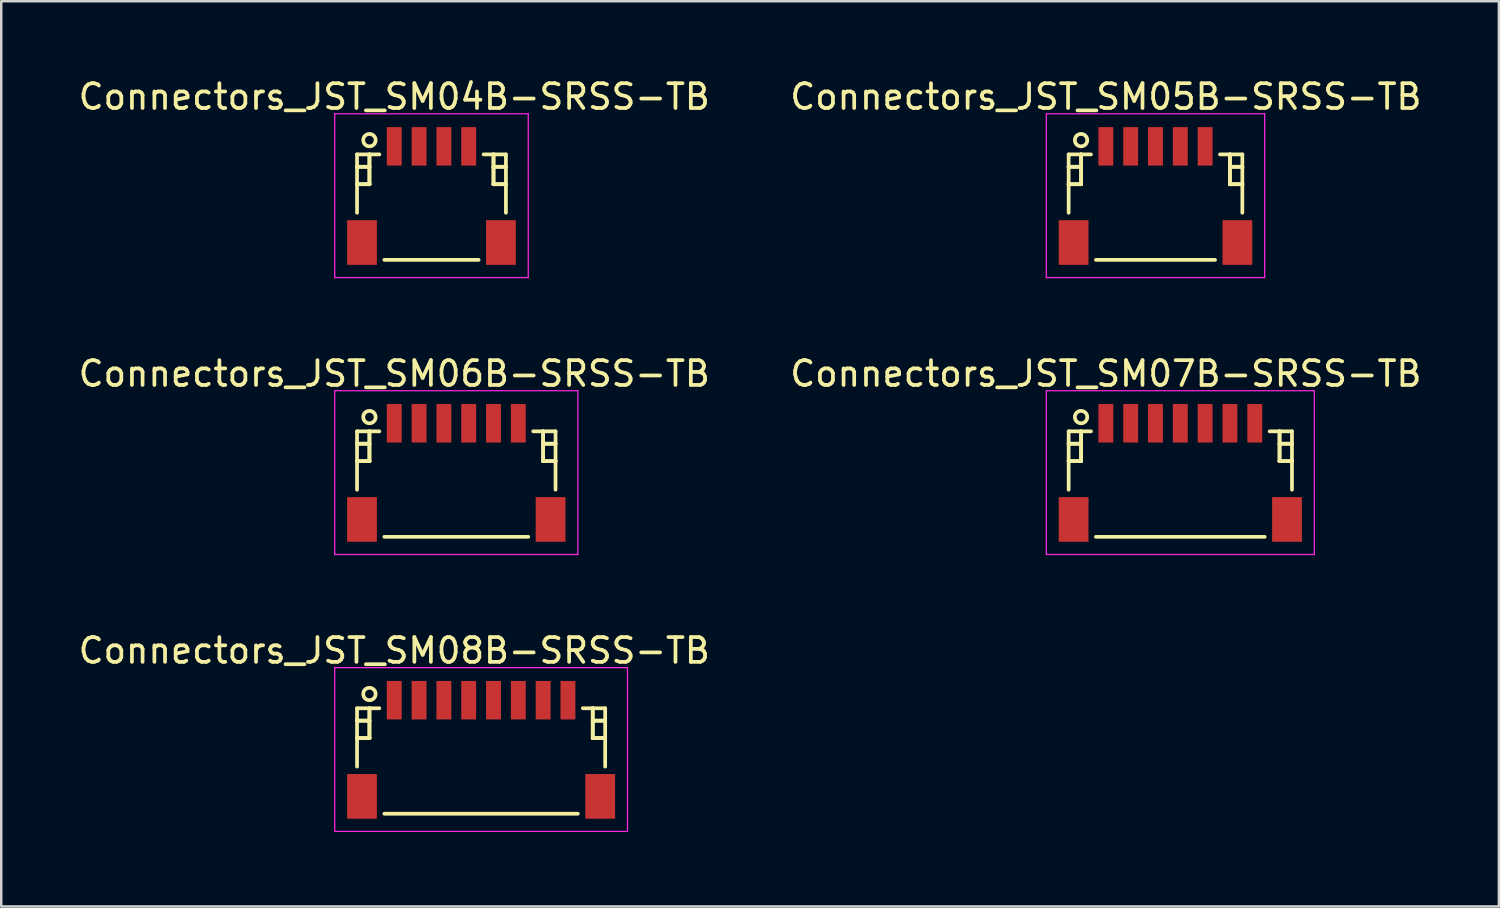
<source format=kicad_pcb>
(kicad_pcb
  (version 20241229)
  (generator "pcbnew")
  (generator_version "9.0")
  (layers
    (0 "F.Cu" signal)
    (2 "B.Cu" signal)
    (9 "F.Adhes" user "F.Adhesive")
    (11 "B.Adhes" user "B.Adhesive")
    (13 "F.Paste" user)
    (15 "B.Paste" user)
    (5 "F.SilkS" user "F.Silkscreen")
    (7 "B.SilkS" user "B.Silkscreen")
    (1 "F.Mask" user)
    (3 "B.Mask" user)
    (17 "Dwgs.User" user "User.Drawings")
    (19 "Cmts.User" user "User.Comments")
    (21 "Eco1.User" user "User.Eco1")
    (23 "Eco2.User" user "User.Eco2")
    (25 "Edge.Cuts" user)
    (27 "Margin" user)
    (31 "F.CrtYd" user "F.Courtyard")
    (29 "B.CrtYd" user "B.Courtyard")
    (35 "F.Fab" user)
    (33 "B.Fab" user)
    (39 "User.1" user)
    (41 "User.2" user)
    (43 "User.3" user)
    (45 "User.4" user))
  (footprint "Connectors_JST_SM08B-SRSS-TB"
    (layer "F.Cu")
    (at 16.339 27.107)
    (property "Reference" "Connectors_JST_SM08B-SRSS-TB" (at -3.5 -3.938 0) (layer "F.SilkS") (effects (font (size 1 1) (thickness 0.15))))
    (attr smd)
    (fp_line (start -5 -1.613) (end -4.1 -1.613) (stroke (width 0.15) (type solid)) (layer "F.SilkS"))
    (fp_line (start -5 -1.113) (end -5 -1.113) (stroke (width 0.15) (type solid)) (layer "F.SilkS"))
    (fp_line (start -5 -1.113) (end -4.5 -1.113) (stroke (width 0.15) (type solid)) (layer "F.SilkS"))
    (fp_line (start -5 -0.412) (end -5 -0.412) (stroke (width 0.15) (type solid)) (layer "F.SilkS"))
    (fp_line (start -5 -0.412) (end -4.5 -0.412) (stroke (width 0.15) (type solid)) (layer "F.SilkS"))
    (fp_line (start -5 0.738) (end -5 -1.613) (stroke (width 0.15) (type solid)) (layer "F.SilkS"))
    (fp_line (start -4.5 -1.613) (end -4.5 -1.613) (stroke (width 0.15) (type solid)) (layer "F.SilkS"))
    (fp_line (start -4.5 -1.613) (end -4.5 -0.412) (stroke (width 0.15) (type solid)) (layer "F.SilkS"))
    (fp_line (start -4.5 -1.113) (end -5 -1.113) (stroke (width 0.15) (type solid)) (layer "F.SilkS"))
    (fp_line (start -4.5 -1.113) (end -4.5 -1.113) (stroke (width 0.15) (type solid)) (layer "F.SilkS"))
    (fp_line (start -4.5 -0.412) (end -5 -0.412) (stroke (width 0.15) (type solid)) (layer "F.SilkS"))
    (fp_line (start -4.5 -0.412) (end -4.5 -1.613) (stroke (width 0.15) (type solid)) (layer "F.SilkS"))
    (fp_line (start -4.5 -0.412) (end -4.5 -0.412) (stroke (width 0.15) (type solid)) (layer "F.SilkS"))
    (fp_line (start -4.5 -0.412) (end -4.5 -0.412) (stroke (width 0.15) (type solid)) (layer "F.SilkS"))
    (fp_line (start -3.9 2.638) (end 3.9 2.638) (stroke (width 0.15) (type solid)) (layer "F.SilkS"))
    (fp_line (start 4.5 -1.613) (end 4.5 -1.613) (stroke (width 0.15) (type solid)) (layer "F.SilkS"))
    (fp_line (start 4.5 -1.613) (end 4.5 -0.412) (stroke (width 0.15) (type solid)) (layer "F.SilkS"))
    (fp_line (start 4.5 -1.113) (end 4.5 -1.113) (stroke (width 0.15) (type solid)) (layer "F.SilkS"))
    (fp_line (start 4.5 -1.113) (end 5 -1.113) (stroke (width 0.15) (type solid)) (layer "F.SilkS"))
    (fp_line (start 4.5 -0.412) (end 4.5 -1.613) (stroke (width 0.15) (type solid)) (layer "F.SilkS"))
    (fp_line (start 4.5 -0.412) (end 4.5 -0.412) (stroke (width 0.15) (type solid)) (layer "F.SilkS"))
    (fp_line (start 4.5 -0.412) (end 4.5 -0.412) (stroke (width 0.15) (type solid)) (layer "F.SilkS"))
    (fp_line (start 4.5 -0.412) (end 5 -0.412) (stroke (width 0.15) (type solid)) (layer "F.SilkS"))
    (fp_line (start 5 -1.613) (end 4.1 -1.613) (stroke (width 0.15) (type solid)) (layer "F.SilkS"))
    (fp_line (start 5 -1.113) (end 4.5 -1.113) (stroke (width 0.15) (type solid)) (layer "F.SilkS"))
    (fp_line (start 5 -1.113) (end 5 -1.113) (stroke (width 0.15) (type solid)) (layer "F.SilkS"))
    (fp_line (start 5 -0.412) (end 4.5 -0.412) (stroke (width 0.15) (type solid)) (layer "F.SilkS"))
    (fp_line (start 5 -0.412) (end 5 -0.412) (stroke (width 0.15) (type solid)) (layer "F.SilkS"))
    (fp_line (start 5 0.738) (end 5 -1.613) (stroke (width 0.15) (type solid)) (layer "F.SilkS"))
    (fp_circle (center -4.5 -2.188) (end -4.25 -2.188) (stroke (width 0.15) (type solid)) (fill no) (layer "F.SilkS"))
    (fp_line (start -5.9 -3.25) (end 5.9 -3.25) (stroke (width 0.05) (type solid)) (layer "F.CrtYd"))
    (fp_line (start -5.9 3.35) (end -5.9 -3.25) (stroke (width 0.05) (type solid)) (layer "F.CrtYd"))
    (fp_line (start 5.9 -3.25) (end 5.9 3.35) (stroke (width 0.05) (type solid)) (layer "F.CrtYd"))
    (fp_line (start 5.9 3.35) (end -5.9 3.35) (stroke (width 0.05) (type solid)) (layer "F.CrtYd"))
    (pad "" smd rect (at -4.8 1.938) (size 1.2 1.8) (layers "F.Cu" "F.Mask" "F.Paste"))
    (pad "" smd rect (at 4.8 1.938) (size 1.2 1.8) (layers "F.Cu" "F.Mask" "F.Paste"))
    (pad "1" smd rect (at -3.5 -1.938) (size 0.6 1.55) (layers "F.Cu" "F.Mask" "F.Paste"))
    (pad "2" smd rect (at -2.5 -1.938) (size 0.6 1.55) (layers "F.Cu" "F.Mask" "F.Paste"))
    (pad "3" smd rect (at -1.5 -1.938) (size 0.6 1.55) (layers "F.Cu" "F.Mask" "F.Paste"))
    (pad "4" smd rect (at -0.5 -1.938) (size 0.6 1.55) (layers "F.Cu" "F.Mask" "F.Paste"))
    (pad "5" smd rect (at 0.5 -1.938) (size 0.6 1.55) (layers "F.Cu" "F.Mask" "F.Paste"))
    (pad "6" smd rect (at 1.5 -1.938) (size 0.6 1.55) (layers "F.Cu" "F.Mask" "F.Paste"))
    (pad "7" smd rect (at 2.5 -1.938) (size 0.6 1.55) (layers "F.Cu" "F.Mask" "F.Paste"))
    (pad "8" smd rect (at 3.5 -1.938) (size 0.6 1.55) (layers "F.Cu" "F.Mask" "F.Paste")))
  (footprint "Connectors_JST_SM04B-SRSS-TB"
    (layer "F.Cu")
    (at 14.339 4.786)
    (property "Reference" "Connectors_JST_SM04B-SRSS-TB" (at -1.5 -3.938 0) (layer "F.SilkS") (effects (font (size 1 1) (thickness 0.15))))
    (attr smd)
    (fp_line (start -3 -1.613) (end -2.1 -1.613) (stroke (width 0.15) (type solid)) (layer "F.SilkS"))
    (fp_line (start -3 -1.113) (end -3 -1.113) (stroke (width 0.15) (type solid)) (layer "F.SilkS"))
    (fp_line (start -3 -1.113) (end -2.5 -1.113) (stroke (width 0.15) (type solid)) (layer "F.SilkS"))
    (fp_line (start -3 -0.412) (end -3 -0.412) (stroke (width 0.15) (type solid)) (layer "F.SilkS"))
    (fp_line (start -3 -0.412) (end -2.5 -0.412) (stroke (width 0.15) (type solid)) (layer "F.SilkS"))
    (fp_line (start -3 0.738) (end -3 -1.613) (stroke (width 0.15) (type solid)) (layer "F.SilkS"))
    (fp_line (start -2.5 -1.613) (end -2.5 -1.613) (stroke (width 0.15) (type solid)) (layer "F.SilkS"))
    (fp_line (start -2.5 -1.613) (end -2.5 -0.412) (stroke (width 0.15) (type solid)) (layer "F.SilkS"))
    (fp_line (start -2.5 -1.113) (end -3 -1.113) (stroke (width 0.15) (type solid)) (layer "F.SilkS"))
    (fp_line (start -2.5 -1.113) (end -2.5 -1.113) (stroke (width 0.15) (type solid)) (layer "F.SilkS"))
    (fp_line (start -2.5 -0.412) (end -3 -0.412) (stroke (width 0.15) (type solid)) (layer "F.SilkS"))
    (fp_line (start -2.5 -0.412) (end -2.5 -1.613) (stroke (width 0.15) (type solid)) (layer "F.SilkS"))
    (fp_line (start -2.5 -0.412) (end -2.5 -0.412) (stroke (width 0.15) (type solid)) (layer "F.SilkS"))
    (fp_line (start -2.5 -0.412) (end -2.5 -0.412) (stroke (width 0.15) (type solid)) (layer "F.SilkS"))
    (fp_line (start -1.9 2.638) (end 1.9 2.638) (stroke (width 0.15) (type solid)) (layer "F.SilkS"))
    (fp_line (start 2.5 -1.613) (end 2.5 -1.613) (stroke (width 0.15) (type solid)) (layer "F.SilkS"))
    (fp_line (start 2.5 -1.613) (end 2.5 -0.412) (stroke (width 0.15) (type solid)) (layer "F.SilkS"))
    (fp_line (start 2.5 -1.113) (end 2.5 -1.113) (stroke (width 0.15) (type solid)) (layer "F.SilkS"))
    (fp_line (start 2.5 -1.113) (end 3 -1.113) (stroke (width 0.15) (type solid)) (layer "F.SilkS"))
    (fp_line (start 2.5 -0.412) (end 2.5 -1.613) (stroke (width 0.15) (type solid)) (layer "F.SilkS"))
    (fp_line (start 2.5 -0.412) (end 2.5 -0.412) (stroke (width 0.15) (type solid)) (layer "F.SilkS"))
    (fp_line (start 2.5 -0.412) (end 2.5 -0.412) (stroke (width 0.15) (type solid)) (layer "F.SilkS"))
    (fp_line (start 2.5 -0.412) (end 3 -0.412) (stroke (width 0.15) (type solid)) (layer "F.SilkS"))
    (fp_line (start 3 -1.613) (end 2.1 -1.613) (stroke (width 0.15) (type solid)) (layer "F.SilkS"))
    (fp_line (start 3 -1.113) (end 2.5 -1.113) (stroke (width 0.15) (type solid)) (layer "F.SilkS"))
    (fp_line (start 3 -1.113) (end 3 -1.113) (stroke (width 0.15) (type solid)) (layer "F.SilkS"))
    (fp_line (start 3 -0.412) (end 2.5 -0.412) (stroke (width 0.15) (type solid)) (layer "F.SilkS"))
    (fp_line (start 3 -0.412) (end 3 -0.412) (stroke (width 0.15) (type solid)) (layer "F.SilkS"))
    (fp_line (start 3 0.738) (end 3 -1.613) (stroke (width 0.15) (type solid)) (layer "F.SilkS"))
    (fp_circle (center -2.5 -2.188) (end -2.25 -2.188) (stroke (width 0.15) (type solid)) (fill no) (layer "F.SilkS"))
    (fp_line (start -3.9 -3.25) (end 3.9 -3.25) (stroke (width 0.05) (type solid)) (layer "F.CrtYd"))
    (fp_line (start -3.9 3.35) (end -3.9 -3.25) (stroke (width 0.05) (type solid)) (layer "F.CrtYd"))
    (fp_line (start 3.9 -3.25) (end 3.9 3.35) (stroke (width 0.05) (type solid)) (layer "F.CrtYd"))
    (fp_line (start 3.9 3.35) (end -3.9 3.35) (stroke (width 0.05) (type solid)) (layer "F.CrtYd"))
    (pad "" smd rect (at -2.8 1.938) (size 1.2 1.8) (layers "F.Cu" "F.Mask" "F.Paste"))
    (pad "" smd rect (at 2.8 1.938) (size 1.2 1.8) (layers "F.Cu" "F.Mask" "F.Paste"))
    (pad "1" smd rect (at -1.5 -1.938) (size 0.6 1.55) (layers "F.Cu" "F.Mask" "F.Paste"))
    (pad "2" smd rect (at -0.5 -1.938) (size 0.6 1.55) (layers "F.Cu" "F.Mask" "F.Paste"))
    (pad "3" smd rect (at 0.5 -1.938) (size 0.6 1.55) (layers "F.Cu" "F.Mask" "F.Paste"))
    (pad "4" smd rect (at 1.5 -1.938) (size 0.6 1.55) (layers "F.Cu" "F.Mask" "F.Paste")))
  (footprint "Connectors_JST_SM07B-SRSS-TB"
    (layer "F.Cu")
    (at 44.518 15.947)
    (property "Reference" "Connectors_JST_SM07B-SRSS-TB" (at -3 -3.938 0) (layer "F.SilkS") (effects (font (size 1 1) (thickness 0.15))))
    (attr smd)
    (fp_line (start -4.5 -1.613) (end -3.6 -1.613) (stroke (width 0.15) (type solid)) (layer "F.SilkS"))
    (fp_line (start -4.5 -1.113) (end -4.5 -1.113) (stroke (width 0.15) (type solid)) (layer "F.SilkS"))
    (fp_line (start -4.5 -1.113) (end -4 -1.113) (stroke (width 0.15) (type solid)) (layer "F.SilkS"))
    (fp_line (start -4.5 -0.412) (end -4.5 -0.412) (stroke (width 0.15) (type solid)) (layer "F.SilkS"))
    (fp_line (start -4.5 -0.412) (end -4 -0.412) (stroke (width 0.15) (type solid)) (layer "F.SilkS"))
    (fp_line (start -4.5 0.738) (end -4.5 -1.613) (stroke (width 0.15) (type solid)) (layer "F.SilkS"))
    (fp_line (start -4 -1.613) (end -4 -1.613) (stroke (width 0.15) (type solid)) (layer "F.SilkS"))
    (fp_line (start -4 -1.613) (end -4 -0.412) (stroke (width 0.15) (type solid)) (layer "F.SilkS"))
    (fp_line (start -4 -1.113) (end -4.5 -1.113) (stroke (width 0.15) (type solid)) (layer "F.SilkS"))
    (fp_line (start -4 -1.113) (end -4 -1.113) (stroke (width 0.15) (type solid)) (layer "F.SilkS"))
    (fp_line (start -4 -0.412) (end -4.5 -0.412) (stroke (width 0.15) (type solid)) (layer "F.SilkS"))
    (fp_line (start -4 -0.412) (end -4 -1.613) (stroke (width 0.15) (type solid)) (layer "F.SilkS"))
    (fp_line (start -4 -0.412) (end -4 -0.412) (stroke (width 0.15) (type solid)) (layer "F.SilkS"))
    (fp_line (start -4 -0.412) (end -4 -0.412) (stroke (width 0.15) (type solid)) (layer "F.SilkS"))
    (fp_line (start -3.4 2.638) (end 3.4 2.638) (stroke (width 0.15) (type solid)) (layer "F.SilkS"))
    (fp_line (start 4 -1.613) (end 4 -1.613) (stroke (width 0.15) (type solid)) (layer "F.SilkS"))
    (fp_line (start 4 -1.613) (end 4 -0.412) (stroke (width 0.15) (type solid)) (layer "F.SilkS"))
    (fp_line (start 4 -1.113) (end 4 -1.113) (stroke (width 0.15) (type solid)) (layer "F.SilkS"))
    (fp_line (start 4 -1.113) (end 4.5 -1.113) (stroke (width 0.15) (type solid)) (layer "F.SilkS"))
    (fp_line (start 4 -0.412) (end 4 -1.613) (stroke (width 0.15) (type solid)) (layer "F.SilkS"))
    (fp_line (start 4 -0.412) (end 4 -0.412) (stroke (width 0.15) (type solid)) (layer "F.SilkS"))
    (fp_line (start 4 -0.412) (end 4 -0.412) (stroke (width 0.15) (type solid)) (layer "F.SilkS"))
    (fp_line (start 4 -0.412) (end 4.5 -0.412) (stroke (width 0.15) (type solid)) (layer "F.SilkS"))
    (fp_line (start 4.5 -1.613) (end 3.6 -1.613) (stroke (width 0.15) (type solid)) (layer "F.SilkS"))
    (fp_line (start 4.5 -1.113) (end 4 -1.113) (stroke (width 0.15) (type solid)) (layer "F.SilkS"))
    (fp_line (start 4.5 -1.113) (end 4.5 -1.113) (stroke (width 0.15) (type solid)) (layer "F.SilkS"))
    (fp_line (start 4.5 -0.412) (end 4 -0.412) (stroke (width 0.15) (type solid)) (layer "F.SilkS"))
    (fp_line (start 4.5 -0.412) (end 4.5 -0.412) (stroke (width 0.15) (type solid)) (layer "F.SilkS"))
    (fp_line (start 4.5 0.738) (end 4.5 -1.613) (stroke (width 0.15) (type solid)) (layer "F.SilkS"))
    (fp_circle (center -4 -2.188) (end -3.75 -2.188) (stroke (width 0.15) (type solid)) (fill no) (layer "F.SilkS"))
    (fp_line (start -5.4 -3.25) (end 5.4 -3.25) (stroke (width 0.05) (type solid)) (layer "F.CrtYd"))
    (fp_line (start -5.4 3.35) (end -5.4 -3.25) (stroke (width 0.05) (type solid)) (layer "F.CrtYd"))
    (fp_line (start 5.4 -3.25) (end 5.4 3.35) (stroke (width 0.05) (type solid)) (layer "F.CrtYd"))
    (fp_line (start 5.4 3.35) (end -5.4 3.35) (stroke (width 0.05) (type solid)) (layer "F.CrtYd"))
    (pad "" smd rect (at -4.3 1.938) (size 1.2 1.8) (layers "F.Cu" "F.Mask" "F.Paste"))
    (pad "" smd rect (at 4.3 1.938) (size 1.2 1.8) (layers "F.Cu" "F.Mask" "F.Paste"))
    (pad "1" smd rect (at -3 -1.938) (size 0.6 1.55) (layers "F.Cu" "F.Mask" "F.Paste"))
    (pad "2" smd rect (at -2 -1.938) (size 0.6 1.55) (layers "F.Cu" "F.Mask" "F.Paste"))
    (pad "3" smd rect (at -1 -1.938) (size 0.6 1.55) (layers "F.Cu" "F.Mask" "F.Paste"))
    (pad "4" smd rect (at 0 -1.938) (size 0.6 1.55) (layers "F.Cu" "F.Mask" "F.Paste"))
    (pad "5" smd rect (at 1 -1.938) (size 0.6 1.55) (layers "F.Cu" "F.Mask" "F.Paste"))
    (pad "6" smd rect (at 2 -1.938) (size 0.6 1.55) (layers "F.Cu" "F.Mask" "F.Paste"))
    (pad "7" smd rect (at 3 -1.938) (size 0.6 1.55) (layers "F.Cu" "F.Mask" "F.Paste")))
  (footprint "Connectors_JST_SM06B-SRSS-TB"
    (layer "F.Cu")
    (at 15.339 15.947)
    (property "Reference" "Connectors_JST_SM06B-SRSS-TB" (at -2.5 -3.938 0) (layer "F.SilkS") (effects (font (size 1 1) (thickness 0.15))))
    (attr smd)
    (fp_line (start -4 -1.613) (end -3.1 -1.613) (stroke (width 0.15) (type solid)) (layer "F.SilkS"))
    (fp_line (start -4 -1.113) (end -4 -1.113) (stroke (width 0.15) (type solid)) (layer "F.SilkS"))
    (fp_line (start -4 -1.113) (end -3.5 -1.113) (stroke (width 0.15) (type solid)) (layer "F.SilkS"))
    (fp_line (start -4 -0.412) (end -4 -0.412) (stroke (width 0.15) (type solid)) (layer "F.SilkS"))
    (fp_line (start -4 -0.412) (end -3.5 -0.412) (stroke (width 0.15) (type solid)) (layer "F.SilkS"))
    (fp_line (start -4 0.738) (end -4 -1.613) (stroke (width 0.15) (type solid)) (layer "F.SilkS"))
    (fp_line (start -3.5 -1.613) (end -3.5 -1.613) (stroke (width 0.15) (type solid)) (layer "F.SilkS"))
    (fp_line (start -3.5 -1.613) (end -3.5 -0.412) (stroke (width 0.15) (type solid)) (layer "F.SilkS"))
    (fp_line (start -3.5 -1.113) (end -4 -1.113) (stroke (width 0.15) (type solid)) (layer "F.SilkS"))
    (fp_line (start -3.5 -1.113) (end -3.5 -1.113) (stroke (width 0.15) (type solid)) (layer "F.SilkS"))
    (fp_line (start -3.5 -0.412) (end -4 -0.412) (stroke (width 0.15) (type solid)) (layer "F.SilkS"))
    (fp_line (start -3.5 -0.412) (end -3.5 -1.613) (stroke (width 0.15) (type solid)) (layer "F.SilkS"))
    (fp_line (start -3.5 -0.412) (end -3.5 -0.412) (stroke (width 0.15) (type solid)) (layer "F.SilkS"))
    (fp_line (start -3.5 -0.412) (end -3.5 -0.412) (stroke (width 0.15) (type solid)) (layer "F.SilkS"))
    (fp_line (start -2.9 2.638) (end 2.9 2.638) (stroke (width 0.15) (type solid)) (layer "F.SilkS"))
    (fp_line (start 3.5 -1.613) (end 3.5 -1.613) (stroke (width 0.15) (type solid)) (layer "F.SilkS"))
    (fp_line (start 3.5 -1.613) (end 3.5 -0.412) (stroke (width 0.15) (type solid)) (layer "F.SilkS"))
    (fp_line (start 3.5 -1.113) (end 3.5 -1.113) (stroke (width 0.15) (type solid)) (layer "F.SilkS"))
    (fp_line (start 3.5 -1.113) (end 4 -1.113) (stroke (width 0.15) (type solid)) (layer "F.SilkS"))
    (fp_line (start 3.5 -0.412) (end 3.5 -1.613) (stroke (width 0.15) (type solid)) (layer "F.SilkS"))
    (fp_line (start 3.5 -0.412) (end 3.5 -0.412) (stroke (width 0.15) (type solid)) (layer "F.SilkS"))
    (fp_line (start 3.5 -0.412) (end 3.5 -0.412) (stroke (width 0.15) (type solid)) (layer "F.SilkS"))
    (fp_line (start 3.5 -0.412) (end 4 -0.412) (stroke (width 0.15) (type solid)) (layer "F.SilkS"))
    (fp_line (start 4 -1.613) (end 3.1 -1.613) (stroke (width 0.15) (type solid)) (layer "F.SilkS"))
    (fp_line (start 4 -1.113) (end 3.5 -1.113) (stroke (width 0.15) (type solid)) (layer "F.SilkS"))
    (fp_line (start 4 -1.113) (end 4 -1.113) (stroke (width 0.15) (type solid)) (layer "F.SilkS"))
    (fp_line (start 4 -0.412) (end 3.5 -0.412) (stroke (width 0.15) (type solid)) (layer "F.SilkS"))
    (fp_line (start 4 -0.412) (end 4 -0.412) (stroke (width 0.15) (type solid)) (layer "F.SilkS"))
    (fp_line (start 4 0.738) (end 4 -1.613) (stroke (width 0.15) (type solid)) (layer "F.SilkS"))
    (fp_circle (center -3.5 -2.188) (end -3.25 -2.188) (stroke (width 0.15) (type solid)) (fill no) (layer "F.SilkS"))
    (fp_line (start -4.9 -3.25) (end 4.9 -3.25) (stroke (width 0.05) (type solid)) (layer "F.CrtYd"))
    (fp_line (start -4.9 3.35) (end -4.9 -3.25) (stroke (width 0.05) (type solid)) (layer "F.CrtYd"))
    (fp_line (start 4.9 -3.25) (end 4.9 3.35) (stroke (width 0.05) (type solid)) (layer "F.CrtYd"))
    (fp_line (start 4.9 3.35) (end -4.9 3.35) (stroke (width 0.05) (type solid)) (layer "F.CrtYd"))
    (pad "" smd rect (at -3.8 1.938) (size 1.2 1.8) (layers "F.Cu" "F.Mask" "F.Paste"))
    (pad "" smd rect (at 3.8 1.938) (size 1.2 1.8) (layers "F.Cu" "F.Mask" "F.Paste"))
    (pad "1" smd rect (at -2.5 -1.938) (size 0.6 1.55) (layers "F.Cu" "F.Mask" "F.Paste"))
    (pad "2" smd rect (at -1.5 -1.938) (size 0.6 1.55) (layers "F.Cu" "F.Mask" "F.Paste"))
    (pad "3" smd rect (at -0.5 -1.938) (size 0.6 1.55) (layers "F.Cu" "F.Mask" "F.Paste"))
    (pad "4" smd rect (at 0.5 -1.938) (size 0.6 1.55) (layers "F.Cu" "F.Mask" "F.Paste"))
    (pad "5" smd rect (at 1.5 -1.938) (size 0.6 1.55) (layers "F.Cu" "F.Mask" "F.Paste"))
    (pad "6" smd rect (at 2.5 -1.938) (size 0.6 1.55) (layers "F.Cu" "F.Mask" "F.Paste")))
  (footprint "Connectors_JST_SM05B-SRSS-TB"
    (layer "F.Cu")
    (at 43.518 4.786)
    (property "Reference" "Connectors_JST_SM05B-SRSS-TB" (at -2 -3.938 0) (layer "F.SilkS") (effects (font (size 1 1) (thickness 0.15))))
    (attr smd)
    (fp_line (start -3.5 -1.613) (end -2.6 -1.613) (stroke (width 0.15) (type solid)) (layer "F.SilkS"))
    (fp_line (start -3.5 -1.113) (end -3.5 -1.113) (stroke (width 0.15) (type solid)) (layer "F.SilkS"))
    (fp_line (start -3.5 -1.113) (end -3 -1.113) (stroke (width 0.15) (type solid)) (layer "F.SilkS"))
    (fp_line (start -3.5 -0.412) (end -3.5 -0.412) (stroke (width 0.15) (type solid)) (layer "F.SilkS"))
    (fp_line (start -3.5 -0.412) (end -3 -0.412) (stroke (width 0.15) (type solid)) (layer "F.SilkS"))
    (fp_line (start -3.5 0.738) (end -3.5 -1.613) (stroke (width 0.15) (type solid)) (layer "F.SilkS"))
    (fp_line (start -3 -1.613) (end -3 -1.613) (stroke (width 0.15) (type solid)) (layer "F.SilkS"))
    (fp_line (start -3 -1.613) (end -3 -0.412) (stroke (width 0.15) (type solid)) (layer "F.SilkS"))
    (fp_line (start -3 -1.113) (end -3.5 -1.113) (stroke (width 0.15) (type solid)) (layer "F.SilkS"))
    (fp_line (start -3 -1.113) (end -3 -1.113) (stroke (width 0.15) (type solid)) (layer "F.SilkS"))
    (fp_line (start -3 -0.412) (end -3.5 -0.412) (stroke (width 0.15) (type solid)) (layer "F.SilkS"))
    (fp_line (start -3 -0.412) (end -3 -1.613) (stroke (width 0.15) (type solid)) (layer "F.SilkS"))
    (fp_line (start -3 -0.412) (end -3 -0.412) (stroke (width 0.15) (type solid)) (layer "F.SilkS"))
    (fp_line (start -3 -0.412) (end -3 -0.412) (stroke (width 0.15) (type solid)) (layer "F.SilkS"))
    (fp_line (start -2.4 2.638) (end 2.4 2.638) (stroke (width 0.15) (type solid)) (layer "F.SilkS"))
    (fp_line (start 3 -1.613) (end 3 -1.613) (stroke (width 0.15) (type solid)) (layer "F.SilkS"))
    (fp_line (start 3 -1.613) (end 3 -0.412) (stroke (width 0.15) (type solid)) (layer "F.SilkS"))
    (fp_line (start 3 -1.113) (end 3 -1.113) (stroke (width 0.15) (type solid)) (layer "F.SilkS"))
    (fp_line (start 3 -1.113) (end 3.5 -1.113) (stroke (width 0.15) (type solid)) (layer "F.SilkS"))
    (fp_line (start 3 -0.412) (end 3 -1.613) (stroke (width 0.15) (type solid)) (layer "F.SilkS"))
    (fp_line (start 3 -0.412) (end 3 -0.412) (stroke (width 0.15) (type solid)) (layer "F.SilkS"))
    (fp_line (start 3 -0.412) (end 3 -0.412) (stroke (width 0.15) (type solid)) (layer "F.SilkS"))
    (fp_line (start 3 -0.412) (end 3.5 -0.412) (stroke (width 0.15) (type solid)) (layer "F.SilkS"))
    (fp_line (start 3.5 -1.613) (end 2.6 -1.613) (stroke (width 0.15) (type solid)) (layer "F.SilkS"))
    (fp_line (start 3.5 -1.113) (end 3 -1.113) (stroke (width 0.15) (type solid)) (layer "F.SilkS"))
    (fp_line (start 3.5 -1.113) (end 3.5 -1.113) (stroke (width 0.15) (type solid)) (layer "F.SilkS"))
    (fp_line (start 3.5 -0.412) (end 3 -0.412) (stroke (width 0.15) (type solid)) (layer "F.SilkS"))
    (fp_line (start 3.5 -0.412) (end 3.5 -0.412) (stroke (width 0.15) (type solid)) (layer "F.SilkS"))
    (fp_line (start 3.5 0.738) (end 3.5 -1.613) (stroke (width 0.15) (type solid)) (layer "F.SilkS"))
    (fp_circle (center -3 -2.188) (end -2.75 -2.188) (stroke (width 0.15) (type solid)) (fill no) (layer "F.SilkS"))
    (fp_line (start -4.4 -3.25) (end 4.4 -3.25) (stroke (width 0.05) (type solid)) (layer "F.CrtYd"))
    (fp_line (start -4.4 3.35) (end -4.4 -3.25) (stroke (width 0.05) (type solid)) (layer "F.CrtYd"))
    (fp_line (start 4.4 -3.25) (end 4.4 3.35) (stroke (width 0.05) (type solid)) (layer "F.CrtYd"))
    (fp_line (start 4.4 3.35) (end -4.4 3.35) (stroke (width 0.05) (type solid)) (layer "F.CrtYd"))
    (pad "" smd rect (at -3.3 1.938) (size 1.2 1.8) (layers "F.Cu" "F.Mask" "F.Paste"))
    (pad "" smd rect (at 3.3 1.938) (size 1.2 1.8) (layers "F.Cu" "F.Mask" "F.Paste"))
    (pad "1" smd rect (at -2 -1.938) (size 0.6 1.55) (layers "F.Cu" "F.Mask" "F.Paste"))
    (pad "2" smd rect (at -1 -1.938) (size 0.6 1.55) (layers "F.Cu" "F.Mask" "F.Paste"))
    (pad "3" smd rect (at 0 -1.938) (size 0.6 1.55) (layers "F.Cu" "F.Mask" "F.Paste"))
    (pad "4" smd rect (at 1 -1.938) (size 0.6 1.55) (layers "F.Cu" "F.Mask" "F.Paste"))
    (pad "5" smd rect (at 2 -1.938) (size 0.6 1.55) (layers "F.Cu" "F.Mask" "F.Paste")))
  (gr_rect
    (start -3 -3)
    (end 57.357 33.482)
    (stroke (width 0.1) (type default))
    (fill no)
    (layer "Edge.Cuts")))
</source>
